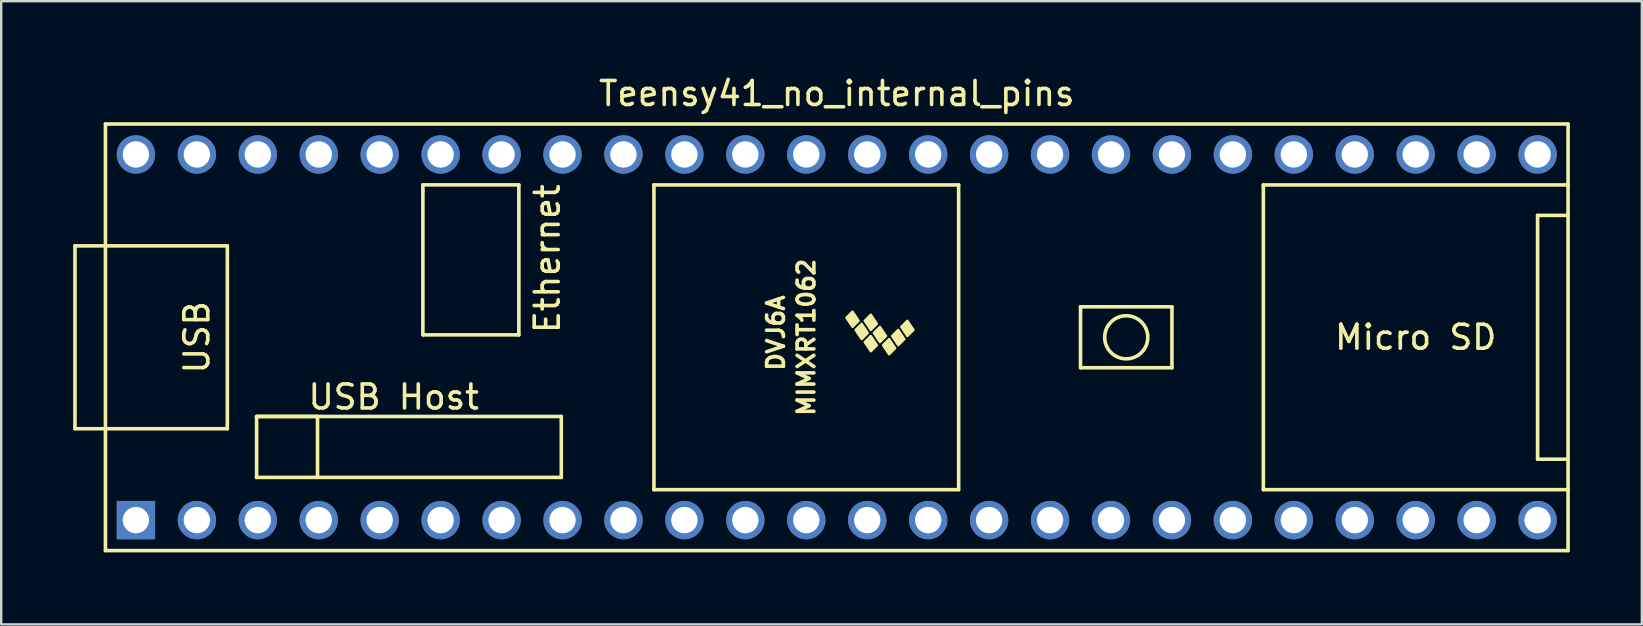
<source format=kicad_pcb>
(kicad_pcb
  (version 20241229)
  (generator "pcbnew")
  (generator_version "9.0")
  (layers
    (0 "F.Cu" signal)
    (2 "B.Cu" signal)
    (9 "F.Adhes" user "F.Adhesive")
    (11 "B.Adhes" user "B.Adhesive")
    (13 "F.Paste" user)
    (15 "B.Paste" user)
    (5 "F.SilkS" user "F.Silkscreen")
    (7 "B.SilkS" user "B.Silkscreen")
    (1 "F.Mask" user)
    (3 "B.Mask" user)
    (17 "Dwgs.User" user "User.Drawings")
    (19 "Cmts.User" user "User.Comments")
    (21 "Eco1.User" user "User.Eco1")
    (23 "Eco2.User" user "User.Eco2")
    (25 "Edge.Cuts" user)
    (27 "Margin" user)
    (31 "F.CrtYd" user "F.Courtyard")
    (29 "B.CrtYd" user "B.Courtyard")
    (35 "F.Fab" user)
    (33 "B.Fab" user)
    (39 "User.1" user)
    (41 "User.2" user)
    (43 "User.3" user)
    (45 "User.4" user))
  (footprint "Teensy41_no_internal_pins"
    (layer "F.Cu")
    (at 31.825 11.008)
    (property "Reference" "Teensy41_no_internal_pins" (at 0 -10.16 0) (layer "F.SilkS") (effects (font (size 1 1) (thickness 0.15))))
    (attr through_hole)
    (fp_line (start -31.75 -3.81) (end -30.48 -3.81) (stroke (width 0.15) (type solid)) (layer "F.SilkS"))
    (fp_line (start -31.75 3.81) (end -31.75 -3.81) (stroke (width 0.15) (type solid)) (layer "F.SilkS"))
    (fp_line (start -30.48 -8.89) (end 30.48 -8.89) (stroke (width 0.15) (type solid)) (layer "F.SilkS"))
    (fp_line (start -30.48 3.81) (end -31.75 3.81) (stroke (width 0.15) (type solid)) (layer "F.SilkS"))
    (fp_line (start -30.48 8.89) (end -30.48 -8.89) (stroke (width 0.15) (type solid)) (layer "F.SilkS"))
    (fp_line (start -25.4 -3.81) (end -30.48 -3.81) (stroke (width 0.15) (type solid)) (layer "F.SilkS"))
    (fp_line (start -25.4 3.81) (end -30.48 3.81) (stroke (width 0.15) (type solid)) (layer "F.SilkS"))
    (fp_line (start -25.4 3.81) (end -25.4 -3.81) (stroke (width 0.15) (type solid)) (layer "F.SilkS"))
    (fp_line (start -24.181 3.299) (end -21.641 3.299) (stroke (width 0.15) (type solid)) (layer "F.SilkS"))
    (fp_line (start -24.181 3.299) (end -11.481 3.299) (stroke (width 0.15) (type solid)) (layer "F.SilkS"))
    (fp_line (start -24.181 5.839) (end -24.181 3.299) (stroke (width 0.15) (type solid)) (layer "F.SilkS"))
    (fp_line (start -21.641 3.299) (end -21.641 5.839) (stroke (width 0.15) (type solid)) (layer "F.SilkS"))
    (fp_line (start -17.25 -6.352) (end -17.25 -6.102) (stroke (width 0.15) (type solid)) (layer "F.SilkS"))
    (fp_line (start -17.25 -6.102) (end -17.25 -0.102) (stroke (width 0.15) (type solid)) (layer "F.SilkS"))
    (fp_line (start -17.25 -0.102) (end -13.25 -0.102) (stroke (width 0.15) (type solid)) (layer "F.SilkS"))
    (fp_line (start -13.25 -6.352) (end -17.25 -6.352) (stroke (width 0.15) (type solid)) (layer "F.SilkS"))
    (fp_line (start -13.25 -0.102) (end -13.25 -6.352) (stroke (width 0.15) (type solid)) (layer "F.SilkS"))
    (fp_line (start -11.481 3.299) (end -11.481 5.839) (stroke (width 0.15) (type solid)) (layer "F.SilkS"))
    (fp_line (start -11.481 5.839) (end -24.181 5.839) (stroke (width 0.15) (type solid)) (layer "F.SilkS"))
    (fp_line (start -7.62 -6.35) (end -7.62 6.35) (stroke (width 0.15) (type solid)) (layer "F.SilkS"))
    (fp_line (start -7.62 6.35) (end 5.08 6.35) (stroke (width 0.15) (type solid)) (layer "F.SilkS"))
    (fp_line (start 5.08 -6.35) (end -7.62 -6.35) (stroke (width 0.15) (type solid)) (layer "F.SilkS"))
    (fp_line (start 5.08 6.35) (end 5.08 -6.35) (stroke (width 0.15) (type solid)) (layer "F.SilkS"))
    (fp_line (start 10.16 -1.27) (end 13.97 -1.27) (stroke (width 0.15) (type solid)) (layer "F.SilkS"))
    (fp_line (start 10.16 1.27) (end 10.16 -1.27) (stroke (width 0.15) (type solid)) (layer "F.SilkS"))
    (fp_line (start 13.97 -1.27) (end 13.97 1.27) (stroke (width 0.15) (type solid)) (layer "F.SilkS"))
    (fp_line (start 13.97 1.27) (end 10.16 1.27) (stroke (width 0.15) (type solid)) (layer "F.SilkS"))
    (fp_line (start 17.78 -6.35) (end 17.78 6.35) (stroke (width 0.15) (type solid)) (layer "F.SilkS"))
    (fp_line (start 17.78 6.35) (end 30.48 6.35) (stroke (width 0.15) (type solid)) (layer "F.SilkS"))
    (fp_line (start 29.21 -5.08) (end 29.21 5.08) (stroke (width 0.15) (type solid)) (layer "F.SilkS"))
    (fp_line (start 29.21 5.08) (end 30.48 5.08) (stroke (width 0.15) (type solid)) (layer "F.SilkS"))
    (fp_line (start 30.48 -8.89) (end 30.48 8.89) (stroke (width 0.15) (type solid)) (layer "F.SilkS"))
    (fp_line (start 30.48 -6.35) (end 17.78 -6.35) (stroke (width 0.15) (type solid)) (layer "F.SilkS"))
    (fp_line (start 30.48 -5.08) (end 29.21 -5.08) (stroke (width 0.15) (type solid)) (layer "F.SilkS"))
    (fp_line (start 30.48 8.89) (end -30.48 8.89) (stroke (width 0.15) (type solid)) (layer "F.SilkS"))
    (fp_circle (center 12.065 0) (end 12.7 -0.635) (stroke (width 0.15) (type solid)) (fill no) (layer "F.SilkS"))
    (fp_poly (pts (xy 0.911 -0.688) (xy 0.657 -0.434) (xy 0.403 -0.815) (xy 0.657 -1.069)) (stroke (width 0.1) (type solid)) (fill yes) (layer "F.SilkS"))
    (fp_poly (pts (xy 1.292 -0.18) (xy 1.038 0.074) (xy 0.784 -0.307) (xy 1.038 -0.561)) (stroke (width 0.1) (type solid)) (fill yes) (layer "F.SilkS"))
    (fp_poly (pts (xy 1.673 -0.561) (xy 1.419 -0.307) (xy 1.165 -0.688) (xy 1.419 -0.942)) (stroke (width 0.1) (type solid)) (fill yes) (layer "F.SilkS"))
    (fp_poly (pts (xy 1.673 0.328) (xy 1.419 0.582) (xy 1.165 0.201) (xy 1.419 -0.053)) (stroke (width 0.1) (type solid)) (fill yes) (layer "F.SilkS"))
    (fp_poly (pts (xy 2.054 -0.053) (xy 1.8 0.201) (xy 1.546 -0.18) (xy 1.8 -0.434)) (stroke (width 0.1) (type solid)) (fill yes) (layer "F.SilkS"))
    (fp_poly (pts (xy 2.435 0.455) (xy 2.181 0.709) (xy 1.927 0.328) (xy 2.181 0.074)) (stroke (width 0.1) (type solid)) (fill yes) (layer "F.SilkS"))
    (fp_poly (pts (xy 2.816 0.074) (xy 2.562 0.328) (xy 2.308 -0.053) (xy 2.562 -0.307)) (stroke (width 0.1) (type solid)) (fill yes) (layer "F.SilkS"))
    (fp_poly (pts (xy 3.197 -0.307) (xy 2.943 -0.053) (xy 2.689 -0.434) (xy 2.943 -0.688)) (stroke (width 0.1) (type solid)) (fill yes) (layer "F.SilkS"))
    (fp_text user "DVJ6A" (at -2.54 -0.18 270) (layer "F.SilkS") (effects (font (size 0.7 0.7) (thickness 0.15))))
    (fp_text user "Ethernet" (at -12.065 -3.277 90) (layer "F.SilkS") (effects (font (size 1 1) (thickness 0.15))))
    (fp_text user "USB" (at -26.67 0 270) (layer "F.SilkS") (effects (font (size 1 1) (thickness 0.15))))
    (fp_text user "Micro SD" (at 24.13 0 0) (layer "F.SilkS") (effects (font (size 1 1) (thickness 0.15))))
    (fp_text user "MIMXRT1062" (at -1.27 0 270) (layer "F.SilkS") (effects (font (size 0.7 0.7) (thickness 0.15))))
    (fp_text user "USB Host" (at -18.466 2.489 0) (layer "F.SilkS") (effects (font (size 1 1) (thickness 0.15))))
    (pad "1" thru_hole rect (at -29.21 7.62) (size 1.6 1.6) (drill 1.1) (layers "*.Cu" "*.Mask"))
    (pad "2" thru_hole circle (at -26.67 7.62) (size 1.6 1.6) (drill 1.1) (layers "*.Cu" "*.Mask"))
    (pad "3" thru_hole circle (at -24.13 7.62) (size 1.6 1.6) (drill 1.1) (layers "*.Cu" "*.Mask"))
    (pad "4" thru_hole circle (at -21.59 7.62) (size 1.6 1.6) (drill 1.1) (layers "*.Cu" "*.Mask"))
    (pad "5" thru_hole circle (at -19.05 7.62) (size 1.6 1.6) (drill 1.1) (layers "*.Cu" "*.Mask"))
    (pad "6" thru_hole circle (at -16.51 7.62) (size 1.6 1.6) (drill 1.1) (layers "*.Cu" "*.Mask"))
    (pad "7" thru_hole circle (at -13.97 7.62) (size 1.6 1.6) (drill 1.1) (layers "*.Cu" "*.Mask"))
    (pad "8" thru_hole circle (at -11.43 7.62) (size 1.6 1.6) (drill 1.1) (layers "*.Cu" "*.Mask"))
    (pad "9" thru_hole circle (at -8.89 7.62) (size 1.6 1.6) (drill 1.1) (layers "*.Cu" "*.Mask"))
    (pad "10" thru_hole circle (at -6.35 7.62) (size 1.6 1.6) (drill 1.1) (layers "*.Cu" "*.Mask"))
    (pad "11" thru_hole circle (at -3.81 7.62) (size 1.6 1.6) (drill 1.1) (layers "*.Cu" "*.Mask"))
    (pad "12" thru_hole circle (at -1.27 7.62) (size 1.6 1.6) (drill 1.1) (layers "*.Cu" "*.Mask"))
    (pad "13" thru_hole circle (at 1.27 7.62) (size 1.6 1.6) (drill 1.1) (layers "*.Cu" "*.Mask"))
    (pad "14" thru_hole circle (at 3.81 7.62) (size 1.6 1.6) (drill 1.1) (layers "*.Cu" "*.Mask"))
    (pad "15" thru_hole circle (at 6.35 7.62) (size 1.6 1.6) (drill 1.1) (layers "*.Cu" "*.Mask"))
    (pad "16" thru_hole circle (at 8.89 7.62) (size 1.6 1.6) (drill 1.1) (layers "*.Cu" "*.Mask"))
    (pad "17" thru_hole circle (at 11.43 7.62) (size 1.6 1.6) (drill 1.1) (layers "*.Cu" "*.Mask"))
    (pad "18" thru_hole circle (at 13.97 7.62) (size 1.6 1.6) (drill 1.1) (layers "*.Cu" "*.Mask"))
    (pad "19" thru_hole circle (at 16.51 7.62) (size 1.6 1.6) (drill 1.1) (layers "*.Cu" "*.Mask"))
    (pad "20" thru_hole circle (at 19.05 7.62) (size 1.6 1.6) (drill 1.1) (layers "*.Cu" "*.Mask"))
    (pad "21" thru_hole circle (at 21.59 7.62) (size 1.6 1.6) (drill 1.1) (layers "*.Cu" "*.Mask"))
    (pad "22" thru_hole circle (at 24.13 7.62) (size 1.6 1.6) (drill 1.1) (layers "*.Cu" "*.Mask"))
    (pad "23" thru_hole circle (at 26.67 7.62) (size 1.6 1.6) (drill 1.1) (layers "*.Cu" "*.Mask"))
    (pad "24" thru_hole circle (at 29.21 7.62) (size 1.6 1.6) (drill 1.1) (layers "*.Cu" "*.Mask"))
    (pad "25" thru_hole circle (at 29.21 -7.62) (size 1.6 1.6) (drill 1.1) (layers "*.Cu" "*.Mask"))
    (pad "26" thru_hole circle (at 26.67 -7.62) (size 1.6 1.6) (drill 1.1) (layers "*.Cu" "*.Mask"))
    (pad "27" thru_hole circle (at 24.13 -7.62) (size 1.6 1.6) (drill 1.1) (layers "*.Cu" "*.Mask"))
    (pad "28" thru_hole circle (at 21.59 -7.62) (size 1.6 1.6) (drill 1.1) (layers "*.Cu" "*.Mask"))
    (pad "29" thru_hole circle (at 19.05 -7.62) (size 1.6 1.6) (drill 1.1) (layers "*.Cu" "*.Mask"))
    (pad "30" thru_hole circle (at 16.51 -7.62) (size 1.6 1.6) (drill 1.1) (layers "*.Cu" "*.Mask"))
    (pad "31" thru_hole circle (at 13.97 -7.62) (size 1.6 1.6) (drill 1.1) (layers "*.Cu" "*.Mask"))
    (pad "32" thru_hole circle (at 11.43 -7.62) (size 1.6 1.6) (drill 1.1) (layers "*.Cu" "*.Mask"))
    (pad "33" thru_hole circle (at 8.89 -7.62) (size 1.6 1.6) (drill 1.1) (layers "*.Cu" "*.Mask"))
    (pad "34" thru_hole circle (at 6.35 -7.62) (size 1.6 1.6) (drill 1.1) (layers "*.Cu" "*.Mask"))
    (pad "35" thru_hole circle (at 3.81 -7.62) (size 1.6 1.6) (drill 1.1) (layers "*.Cu" "*.Mask"))
    (pad "36" thru_hole circle (at 1.27 -7.62) (size 1.6 1.6) (drill 1.1) (layers "*.Cu" "*.Mask"))
    (pad "37" thru_hole circle (at -1.27 -7.62) (size 1.6 1.6) (drill 1.1) (layers "*.Cu" "*.Mask"))
    (pad "38" thru_hole circle (at -3.81 -7.62) (size 1.6 1.6) (drill 1.1) (layers "*.Cu" "*.Mask"))
    (pad "39" thru_hole circle (at -6.35 -7.62) (size 1.6 1.6) (drill 1.1) (layers "*.Cu" "*.Mask"))
    (pad "40" thru_hole circle (at -8.89 -7.62) (size 1.6 1.6) (drill 1.1) (layers "*.Cu" "*.Mask"))
    (pad "41" thru_hole circle (at -11.43 -7.62) (size 1.6 1.6) (drill 1.1) (layers "*.Cu" "*.Mask"))
    (pad "42" thru_hole circle (at -13.97 -7.62) (size 1.6 1.6) (drill 1.1) (layers "*.Cu" "*.Mask"))
    (pad "43" thru_hole circle (at -16.51 -7.62) (size 1.6 1.6) (drill 1.1) (layers "*.Cu" "*.Mask"))
    (pad "44" thru_hole circle (at -19.05 -7.62) (size 1.6 1.6) (drill 1.1) (layers "*.Cu" "*.Mask"))
    (pad "45" thru_hole circle (at -21.59 -7.62) (size 1.6 1.6) (drill 1.1) (layers "*.Cu" "*.Mask"))
    (pad "46" thru_hole circle (at -24.13 -7.62) (size 1.6 1.6) (drill 1.1) (layers "*.Cu" "*.Mask"))
    (pad "47" thru_hole circle (at -26.67 -7.62) (size 1.6 1.6) (drill 1.1) (layers "*.Cu" "*.Mask"))
    (pad "48" thru_hole circle (at -29.21 -7.62) (size 1.6 1.6) (drill 1.1) (layers "*.Cu" "*.Mask")))
  (gr_rect
    (start -3 -3)
    (end 65.38 22.973)
    (stroke (width 0.1) (type default))
    (fill no)
    (layer "Edge.Cuts")))
</source>
